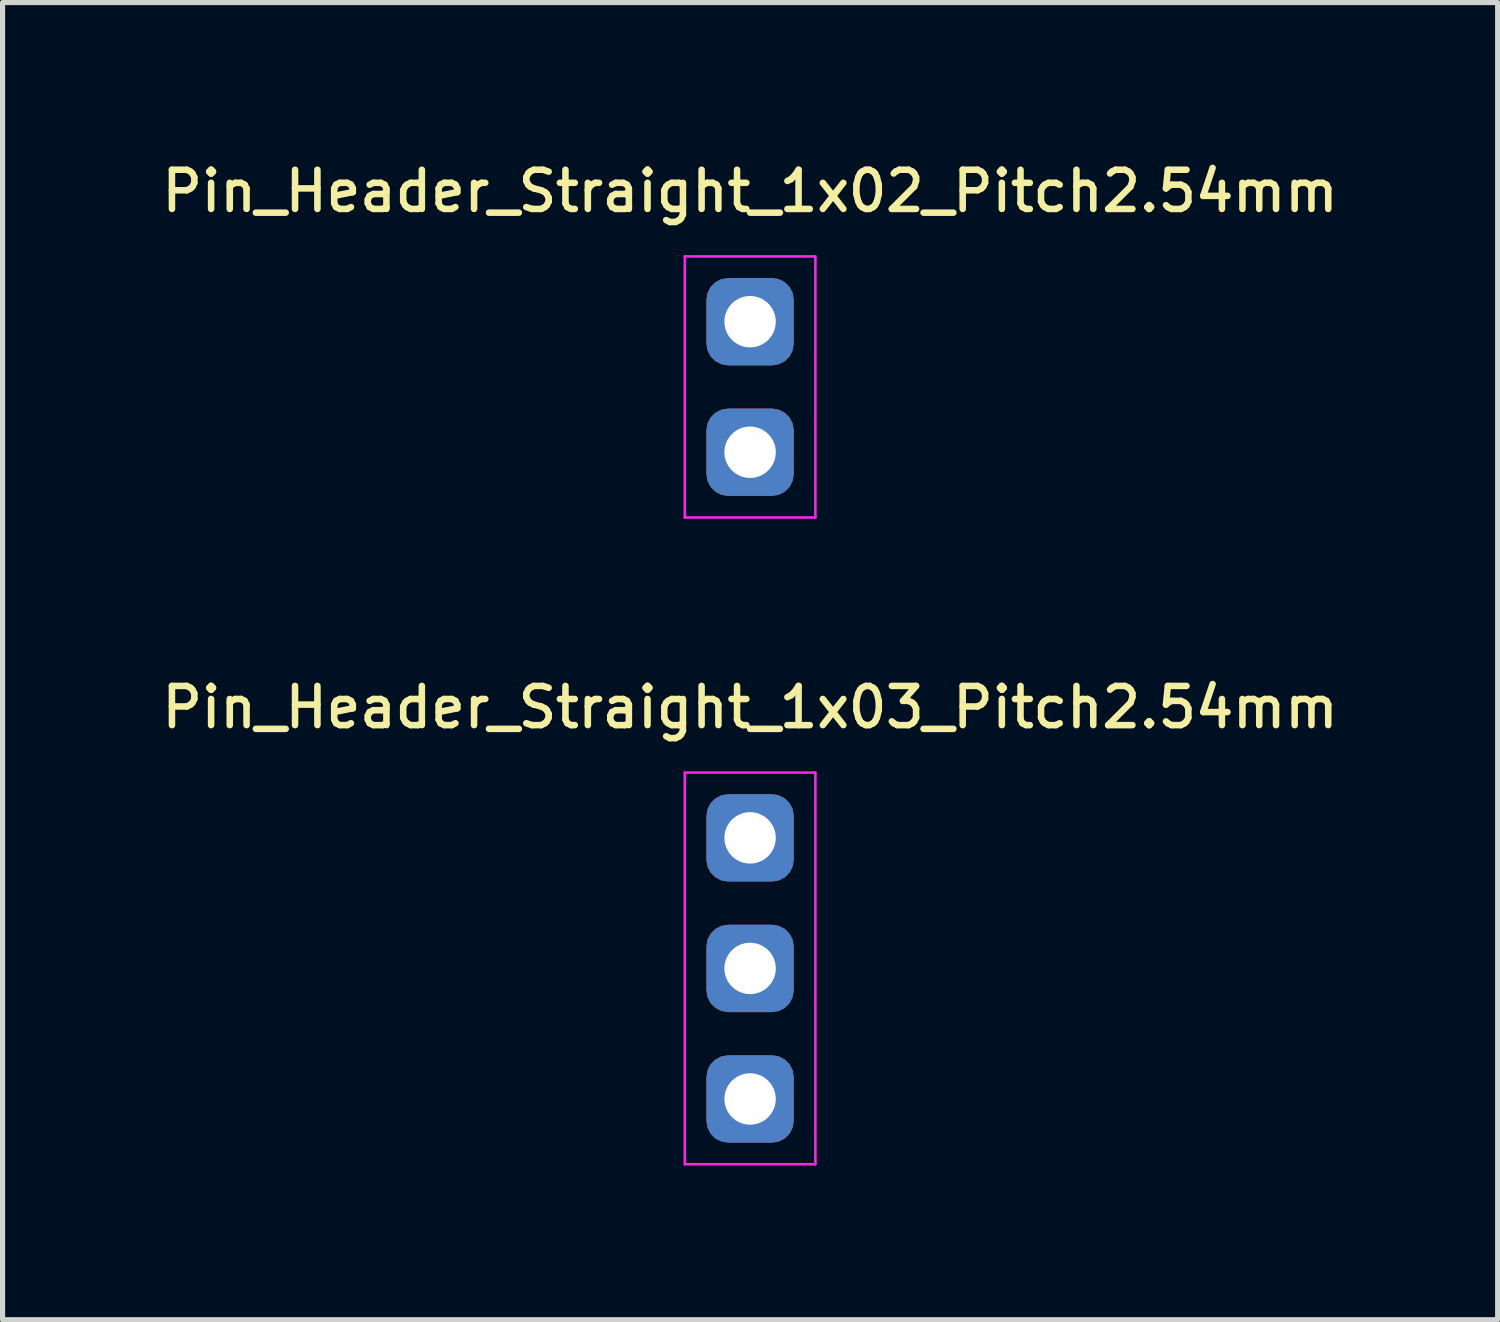
<source format=kicad_pcb>
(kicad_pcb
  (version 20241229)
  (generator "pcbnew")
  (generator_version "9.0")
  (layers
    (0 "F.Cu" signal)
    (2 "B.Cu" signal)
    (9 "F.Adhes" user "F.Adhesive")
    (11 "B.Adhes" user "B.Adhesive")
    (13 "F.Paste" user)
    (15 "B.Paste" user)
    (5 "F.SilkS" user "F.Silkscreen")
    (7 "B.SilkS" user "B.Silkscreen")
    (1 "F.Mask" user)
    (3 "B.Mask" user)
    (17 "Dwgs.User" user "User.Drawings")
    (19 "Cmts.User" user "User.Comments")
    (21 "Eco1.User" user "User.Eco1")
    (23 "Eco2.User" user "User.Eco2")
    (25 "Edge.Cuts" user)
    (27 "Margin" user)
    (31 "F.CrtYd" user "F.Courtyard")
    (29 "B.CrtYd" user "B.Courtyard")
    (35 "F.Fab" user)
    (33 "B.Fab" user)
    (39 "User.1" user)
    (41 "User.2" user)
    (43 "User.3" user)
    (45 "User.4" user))
  (footprint "Pin_Header_Straight_1x02_Pitch2.54mm"
    (layer "F.Cu")
    (at 11.544 5.749)
    (property "Reference" "Pin_Header_Straight_1x02_Pitch2.54mm" (at 0 -5.08 0) (layer "F.SilkS") (effects (font (size 0.762 0.762) (thickness 0.127))))
    (attr through_hole)
    (fp_line (start -1.27 -3.81) (end 1.27 -3.81) (stroke (width 0.05) (type solid)) (layer "F.CrtYd"))
    (fp_line (start -1.27 1.27) (end -1.27 -3.81) (stroke (width 0.05) (type solid)) (layer "F.CrtYd"))
    (fp_line (start 1.27 -3.81) (end 1.27 1.27) (stroke (width 0.05) (type solid)) (layer "F.CrtYd"))
    (fp_line (start 1.27 1.27) (end -1.27 1.27) (stroke (width 0.05) (type solid)) (layer "F.CrtYd"))
    (pad "1" thru_hole roundrect (at 0 0) (size 1.7 1.7) (drill 1) (layers "*.Cu" "*.Mask") (roundrect_rratio 0.25))
    (pad "2" thru_hole roundrect (at 0 -2.54) (size 1.7 1.7) (drill 1) (layers "*.Cu" "*.Mask") (roundrect_rratio 0.25)))
  (footprint "Pin_Header_Straight_1x03_Pitch2.54mm"
    (layer "F.Cu")
    (at 11.544 18.332)
    (property "Reference" "Pin_Header_Straight_1x03_Pitch2.54mm" (at 0 -7.62 0) (layer "F.SilkS") (effects (font (size 0.762 0.762) (thickness 0.127))))
    (attr through_hole)
    (fp_line (start -1.27 -6.35) (end 1.27 -6.35) (stroke (width 0.05) (type solid)) (layer "F.CrtYd"))
    (fp_line (start -1.27 1.27) (end -1.27 -6.35) (stroke (width 0.05) (type solid)) (layer "F.CrtYd"))
    (fp_line (start 1.27 -6.35) (end 1.27 1.27) (stroke (width 0.05) (type solid)) (layer "F.CrtYd"))
    (fp_line (start 1.27 1.27) (end -1.27 1.27) (stroke (width 0.05) (type solid)) (layer "F.CrtYd"))
    (pad "1" thru_hole roundrect (at 0 0) (size 1.7 1.7) (drill 1) (layers "*.Cu" "*.Mask") (roundrect_rratio 0.25))
    (pad "2" thru_hole roundrect (at 0 -2.54) (size 1.7 1.7) (drill 1) (layers "*.Cu" "*.Mask") (roundrect_rratio 0.25))
    (pad "3" thru_hole roundrect (at 0 -5.08) (size 1.7 1.7) (drill 1) (layers "*.Cu" "*.Mask") (roundrect_rratio 0.25)))
  (gr_rect
    (start -3 -3)
    (end 26.089 22.627)
    (stroke (width 0.1) (type default))
    (fill no)
    (layer "Edge.Cuts")))
</source>
